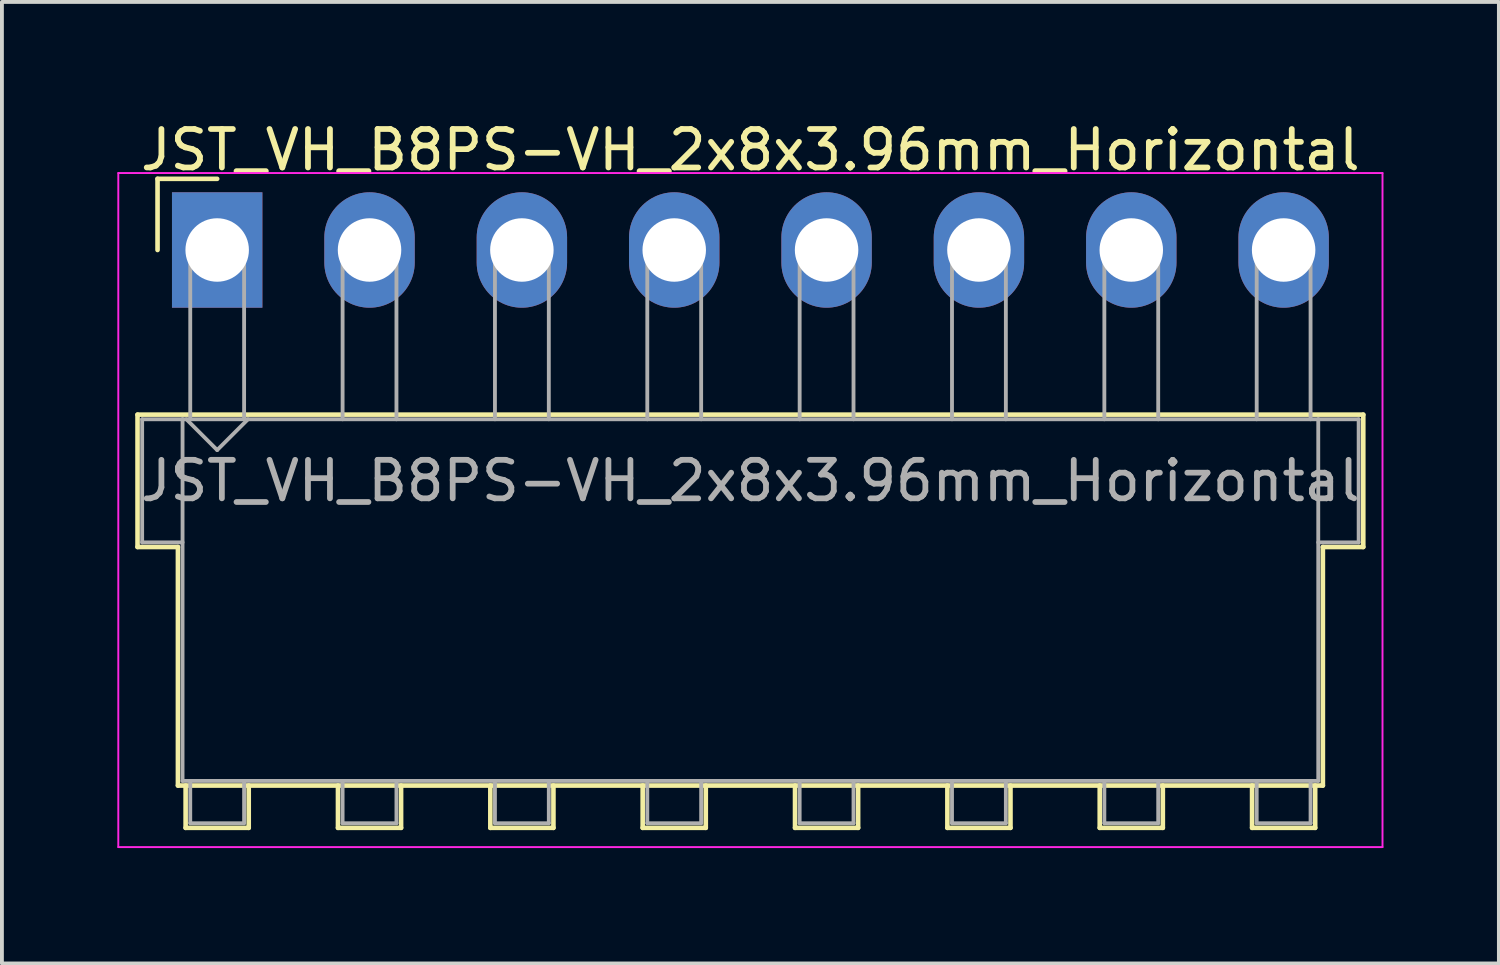
<source format=kicad_pcb>
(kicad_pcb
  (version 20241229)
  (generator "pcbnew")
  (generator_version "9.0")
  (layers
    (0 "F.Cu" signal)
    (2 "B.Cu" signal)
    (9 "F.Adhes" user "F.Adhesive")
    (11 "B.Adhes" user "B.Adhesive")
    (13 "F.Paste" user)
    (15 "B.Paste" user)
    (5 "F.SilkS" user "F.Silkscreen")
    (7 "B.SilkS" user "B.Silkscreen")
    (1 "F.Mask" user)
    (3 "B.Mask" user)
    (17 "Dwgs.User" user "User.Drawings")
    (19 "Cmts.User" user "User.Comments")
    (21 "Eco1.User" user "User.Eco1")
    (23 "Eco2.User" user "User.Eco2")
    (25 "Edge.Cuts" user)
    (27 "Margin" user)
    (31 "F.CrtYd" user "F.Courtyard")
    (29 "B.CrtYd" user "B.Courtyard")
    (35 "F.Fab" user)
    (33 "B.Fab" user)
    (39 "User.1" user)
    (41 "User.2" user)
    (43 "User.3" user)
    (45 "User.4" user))
  (footprint "JST_VH_B8PS-VH_2x8x3.96mm_Horizontal"
    (layer "F.Cu")
    (at 2.595 3.448)
    (property "Reference" "JST_VH_B8PS-VH_2x8x3.96mm_Horizontal" (at 13.86 -2.6 0) (layer "F.SilkS") (effects (font (size 1 1) (thickness 0.15))))
    (attr through_hole)
    (fp_line (start -2.07 4.28) (end 29.79 4.28) (stroke (width 0.12) (type solid)) (layer "F.SilkS"))
    (fp_line (start -2.07 7.72) (end -2.07 4.28) (stroke (width 0.12) (type solid)) (layer "F.SilkS"))
    (fp_line (start -1.55 -1.85) (end -1.55 0) (stroke (width 0.12) (type solid)) (layer "F.SilkS"))
    (fp_line (start -1.02 7.72) (end -2.07 7.72) (stroke (width 0.12) (type solid)) (layer "F.SilkS"))
    (fp_line (start -1.02 13.92) (end -1.02 7.72) (stroke (width 0.12) (type solid)) (layer "F.SilkS"))
    (fp_line (start -0.82 13.92) (end -0.82 15.02) (stroke (width 0.12) (type solid)) (layer "F.SilkS"))
    (fp_line (start -0.82 15.02) (end 0.82 15.02) (stroke (width 0.12) (type solid)) (layer "F.SilkS"))
    (fp_line (start 0 -1.85) (end -1.55 -1.85) (stroke (width 0.12) (type solid)) (layer "F.SilkS"))
    (fp_line (start 0.82 15.02) (end 0.82 13.92) (stroke (width 0.12) (type solid)) (layer "F.SilkS"))
    (fp_line (start 3.14 13.92) (end 3.14 15.02) (stroke (width 0.12) (type solid)) (layer "F.SilkS"))
    (fp_line (start 3.14 15.02) (end 4.78 15.02) (stroke (width 0.12) (type solid)) (layer "F.SilkS"))
    (fp_line (start 4.78 15.02) (end 4.78 13.92) (stroke (width 0.12) (type solid)) (layer "F.SilkS"))
    (fp_line (start 7.1 13.92) (end 7.1 15.02) (stroke (width 0.12) (type solid)) (layer "F.SilkS"))
    (fp_line (start 7.1 15.02) (end 8.74 15.02) (stroke (width 0.12) (type solid)) (layer "F.SilkS"))
    (fp_line (start 8.74 15.02) (end 8.74 13.92) (stroke (width 0.12) (type solid)) (layer "F.SilkS"))
    (fp_line (start 11.06 13.92) (end 11.06 15.02) (stroke (width 0.12) (type solid)) (layer "F.SilkS"))
    (fp_line (start 11.06 15.02) (end 12.7 15.02) (stroke (width 0.12) (type solid)) (layer "F.SilkS"))
    (fp_line (start 12.7 15.02) (end 12.7 13.92) (stroke (width 0.12) (type solid)) (layer "F.SilkS"))
    (fp_line (start 15.02 13.92) (end 15.02 15.02) (stroke (width 0.12) (type solid)) (layer "F.SilkS"))
    (fp_line (start 15.02 15.02) (end 16.66 15.02) (stroke (width 0.12) (type solid)) (layer "F.SilkS"))
    (fp_line (start 16.66 15.02) (end 16.66 13.92) (stroke (width 0.12) (type solid)) (layer "F.SilkS"))
    (fp_line (start 18.98 13.92) (end 18.98 15.02) (stroke (width 0.12) (type solid)) (layer "F.SilkS"))
    (fp_line (start 18.98 15.02) (end 20.62 15.02) (stroke (width 0.12) (type solid)) (layer "F.SilkS"))
    (fp_line (start 20.62 15.02) (end 20.62 13.92) (stroke (width 0.12) (type solid)) (layer "F.SilkS"))
    (fp_line (start 22.94 13.92) (end 22.94 15.02) (stroke (width 0.12) (type solid)) (layer "F.SilkS"))
    (fp_line (start 22.94 15.02) (end 24.58 15.02) (stroke (width 0.12) (type solid)) (layer "F.SilkS"))
    (fp_line (start 24.58 15.02) (end 24.58 13.92) (stroke (width 0.12) (type solid)) (layer "F.SilkS"))
    (fp_line (start 26.9 13.92) (end 26.9 15.02) (stroke (width 0.12) (type solid)) (layer "F.SilkS"))
    (fp_line (start 26.9 15.02) (end 28.54 15.02) (stroke (width 0.12) (type solid)) (layer "F.SilkS"))
    (fp_line (start 28.54 15.02) (end 28.54 13.92) (stroke (width 0.12) (type solid)) (layer "F.SilkS"))
    (fp_line (start 28.74 7.72) (end 28.74 13.92) (stroke (width 0.12) (type solid)) (layer "F.SilkS"))
    (fp_line (start 28.74 13.92) (end -1.02 13.92) (stroke (width 0.12) (type solid)) (layer "F.SilkS"))
    (fp_line (start 29.79 4.28) (end 29.79 7.72) (stroke (width 0.12) (type solid)) (layer "F.SilkS"))
    (fp_line (start 29.79 7.72) (end 28.74 7.72) (stroke (width 0.12) (type solid)) (layer "F.SilkS"))
    (fp_line (start -2.57 -2) (end -2.57 15.52) (stroke (width 0.05) (type solid)) (layer "F.CrtYd"))
    (fp_line (start -2.57 15.52) (end 30.29 15.52) (stroke (width 0.05) (type solid)) (layer "F.CrtYd"))
    (fp_line (start 30.29 -2) (end -2.57 -2) (stroke (width 0.05) (type solid)) (layer "F.CrtYd"))
    (fp_line (start 30.29 15.52) (end 30.29 -2) (stroke (width 0.05) (type solid)) (layer "F.CrtYd"))
    (fp_line (start -1.95 4.4) (end -0.9 4.4) (stroke (width 0.1) (type solid)) (layer "F.Fab"))
    (fp_line (start -1.95 7.6) (end -1.95 4.4) (stroke (width 0.1) (type solid)) (layer "F.Fab"))
    (fp_line (start -0.9 4.4) (end -0.9 13.8) (stroke (width 0.1) (type solid)) (layer "F.Fab"))
    (fp_line (start -0.9 7.6) (end -1.95 7.6) (stroke (width 0.1) (type solid)) (layer "F.Fab"))
    (fp_line (start -0.9 13.8) (end 28.62 13.8) (stroke (width 0.1) (type solid)) (layer "F.Fab"))
    (fp_line (start -0.8 4.4) (end 0 5.2) (stroke (width 0.1) (type solid)) (layer "F.Fab"))
    (fp_line (start -0.7 0) (end 0.7 0) (stroke (width 0.1) (type solid)) (layer "F.Fab"))
    (fp_line (start -0.7 4.4) (end -0.7 0) (stroke (width 0.1) (type solid)) (layer "F.Fab"))
    (fp_line (start -0.7 13.8) (end -0.7 14.9) (stroke (width 0.1) (type solid)) (layer "F.Fab"))
    (fp_line (start -0.7 14.9) (end 0.7 14.9) (stroke (width 0.1) (type solid)) (layer "F.Fab"))
    (fp_line (start 0 5.2) (end 0.8 4.4) (stroke (width 0.1) (type solid)) (layer "F.Fab"))
    (fp_line (start 0.7 0) (end 0.7 4.4) (stroke (width 0.1) (type solid)) (layer "F.Fab"))
    (fp_line (start 0.7 14.9) (end 0.7 13.8) (stroke (width 0.1) (type solid)) (layer "F.Fab"))
    (fp_line (start 3.26 0) (end 4.66 0) (stroke (width 0.1) (type solid)) (layer "F.Fab"))
    (fp_line (start 3.26 4.4) (end 3.26 0) (stroke (width 0.1) (type solid)) (layer "F.Fab"))
    (fp_line (start 3.26 13.8) (end 3.26 14.9) (stroke (width 0.1) (type solid)) (layer "F.Fab"))
    (fp_line (start 3.26 14.9) (end 4.66 14.9) (stroke (width 0.1) (type solid)) (layer "F.Fab"))
    (fp_line (start 4.66 0) (end 4.66 4.4) (stroke (width 0.1) (type solid)) (layer "F.Fab"))
    (fp_line (start 4.66 14.9) (end 4.66 13.8) (stroke (width 0.1) (type solid)) (layer "F.Fab"))
    (fp_line (start 7.22 0) (end 8.62 0) (stroke (width 0.1) (type solid)) (layer "F.Fab"))
    (fp_line (start 7.22 4.4) (end 7.22 0) (stroke (width 0.1) (type solid)) (layer "F.Fab"))
    (fp_line (start 7.22 13.8) (end 7.22 14.9) (stroke (width 0.1) (type solid)) (layer "F.Fab"))
    (fp_line (start 7.22 14.9) (end 8.62 14.9) (stroke (width 0.1) (type solid)) (layer "F.Fab"))
    (fp_line (start 8.62 0) (end 8.62 4.4) (stroke (width 0.1) (type solid)) (layer "F.Fab"))
    (fp_line (start 8.62 14.9) (end 8.62 13.8) (stroke (width 0.1) (type solid)) (layer "F.Fab"))
    (fp_line (start 11.18 0) (end 12.58 0) (stroke (width 0.1) (type solid)) (layer "F.Fab"))
    (fp_line (start 11.18 4.4) (end 11.18 0) (stroke (width 0.1) (type solid)) (layer "F.Fab"))
    (fp_line (start 11.18 13.8) (end 11.18 14.9) (stroke (width 0.1) (type solid)) (layer "F.Fab"))
    (fp_line (start 11.18 14.9) (end 12.58 14.9) (stroke (width 0.1) (type solid)) (layer "F.Fab"))
    (fp_line (start 12.58 0) (end 12.58 4.4) (stroke (width 0.1) (type solid)) (layer "F.Fab"))
    (fp_line (start 12.58 14.9) (end 12.58 13.8) (stroke (width 0.1) (type solid)) (layer "F.Fab"))
    (fp_line (start 15.14 0) (end 16.54 0) (stroke (width 0.1) (type solid)) (layer "F.Fab"))
    (fp_line (start 15.14 4.4) (end 15.14 0) (stroke (width 0.1) (type solid)) (layer "F.Fab"))
    (fp_line (start 15.14 13.8) (end 15.14 14.9) (stroke (width 0.1) (type solid)) (layer "F.Fab"))
    (fp_line (start 15.14 14.9) (end 16.54 14.9) (stroke (width 0.1) (type solid)) (layer "F.Fab"))
    (fp_line (start 16.54 0) (end 16.54 4.4) (stroke (width 0.1) (type solid)) (layer "F.Fab"))
    (fp_line (start 16.54 14.9) (end 16.54 13.8) (stroke (width 0.1) (type solid)) (layer "F.Fab"))
    (fp_line (start 19.1 0) (end 20.5 0) (stroke (width 0.1) (type solid)) (layer "F.Fab"))
    (fp_line (start 19.1 4.4) (end 19.1 0) (stroke (width 0.1) (type solid)) (layer "F.Fab"))
    (fp_line (start 19.1 13.8) (end 19.1 14.9) (stroke (width 0.1) (type solid)) (layer "F.Fab"))
    (fp_line (start 19.1 14.9) (end 20.5 14.9) (stroke (width 0.1) (type solid)) (layer "F.Fab"))
    (fp_line (start 20.5 0) (end 20.5 4.4) (stroke (width 0.1) (type solid)) (layer "F.Fab"))
    (fp_line (start 20.5 14.9) (end 20.5 13.8) (stroke (width 0.1) (type solid)) (layer "F.Fab"))
    (fp_line (start 23.06 0) (end 24.46 0) (stroke (width 0.1) (type solid)) (layer "F.Fab"))
    (fp_line (start 23.06 4.4) (end 23.06 0) (stroke (width 0.1) (type solid)) (layer "F.Fab"))
    (fp_line (start 23.06 13.8) (end 23.06 14.9) (stroke (width 0.1) (type solid)) (layer "F.Fab"))
    (fp_line (start 23.06 14.9) (end 24.46 14.9) (stroke (width 0.1) (type solid)) (layer "F.Fab"))
    (fp_line (start 24.46 0) (end 24.46 4.4) (stroke (width 0.1) (type solid)) (layer "F.Fab"))
    (fp_line (start 24.46 14.9) (end 24.46 13.8) (stroke (width 0.1) (type solid)) (layer "F.Fab"))
    (fp_line (start 27.02 0) (end 28.42 0) (stroke (width 0.1) (type solid)) (layer "F.Fab"))
    (fp_line (start 27.02 4.4) (end 27.02 0) (stroke (width 0.1) (type solid)) (layer "F.Fab"))
    (fp_line (start 27.02 13.8) (end 27.02 14.9) (stroke (width 0.1) (type solid)) (layer "F.Fab"))
    (fp_line (start 27.02 14.9) (end 28.42 14.9) (stroke (width 0.1) (type solid)) (layer "F.Fab"))
    (fp_line (start 28.42 0) (end 28.42 4.4) (stroke (width 0.1) (type solid)) (layer "F.Fab"))
    (fp_line (start 28.42 14.9) (end 28.42 13.8) (stroke (width 0.1) (type solid)) (layer "F.Fab"))
    (fp_line (start 28.62 4.4) (end -0.9 4.4) (stroke (width 0.1) (type solid)) (layer "F.Fab"))
    (fp_line (start 28.62 4.4) (end 29.67 4.4) (stroke (width 0.1) (type solid)) (layer "F.Fab"))
    (fp_line (start 28.62 13.8) (end 28.62 4.4) (stroke (width 0.1) (type solid)) (layer "F.Fab"))
    (fp_line (start 29.67 4.4) (end 29.67 7.6) (stroke (width 0.1) (type solid)) (layer "F.Fab"))
    (fp_line (start 29.67 7.6) (end 28.62 7.6) (stroke (width 0.1) (type solid)) (layer "F.Fab"))
    (fp_text user "${REFERENCE}" (at 13.86 6 0) (layer "F.Fab") (effects (font (size 1 1) (thickness 0.15))))
    (pad "1" thru_hole rect (at 0 0) (size 2.35 3) (drill 1.65) (layers "*.Cu" "*.Mask"))
    (pad "2" thru_hole oval (at 3.96 0) (size 2.35 3) (drill 1.65) (layers "*.Cu" "*.Mask"))
    (pad "3" thru_hole oval (at 7.92 0) (size 2.35 3) (drill 1.65) (layers "*.Cu" "*.Mask"))
    (pad "4" thru_hole oval (at 11.88 0) (size 2.35 3) (drill 1.65) (layers "*.Cu" "*.Mask"))
    (pad "5" thru_hole oval (at 15.84 0) (size 2.35 3) (drill 1.65) (layers "*.Cu" "*.Mask"))
    (pad "6" thru_hole oval (at 19.8 0) (size 2.35 3) (drill 1.65) (layers "*.Cu" "*.Mask"))
    (pad "7" thru_hole oval (at 23.76 0) (size 2.35 3) (drill 1.65) (layers "*.Cu" "*.Mask"))
    (pad "8" thru_hole oval (at 27.72 0) (size 2.35 3) (drill 1.65) (layers "*.Cu" "*.Mask")))
  (gr_rect
    (start -3 -3)
    (end 35.91 21.993)
    (stroke (width 0.1) (type default))
    (fill no)
    (layer "Edge.Cuts")))
</source>
